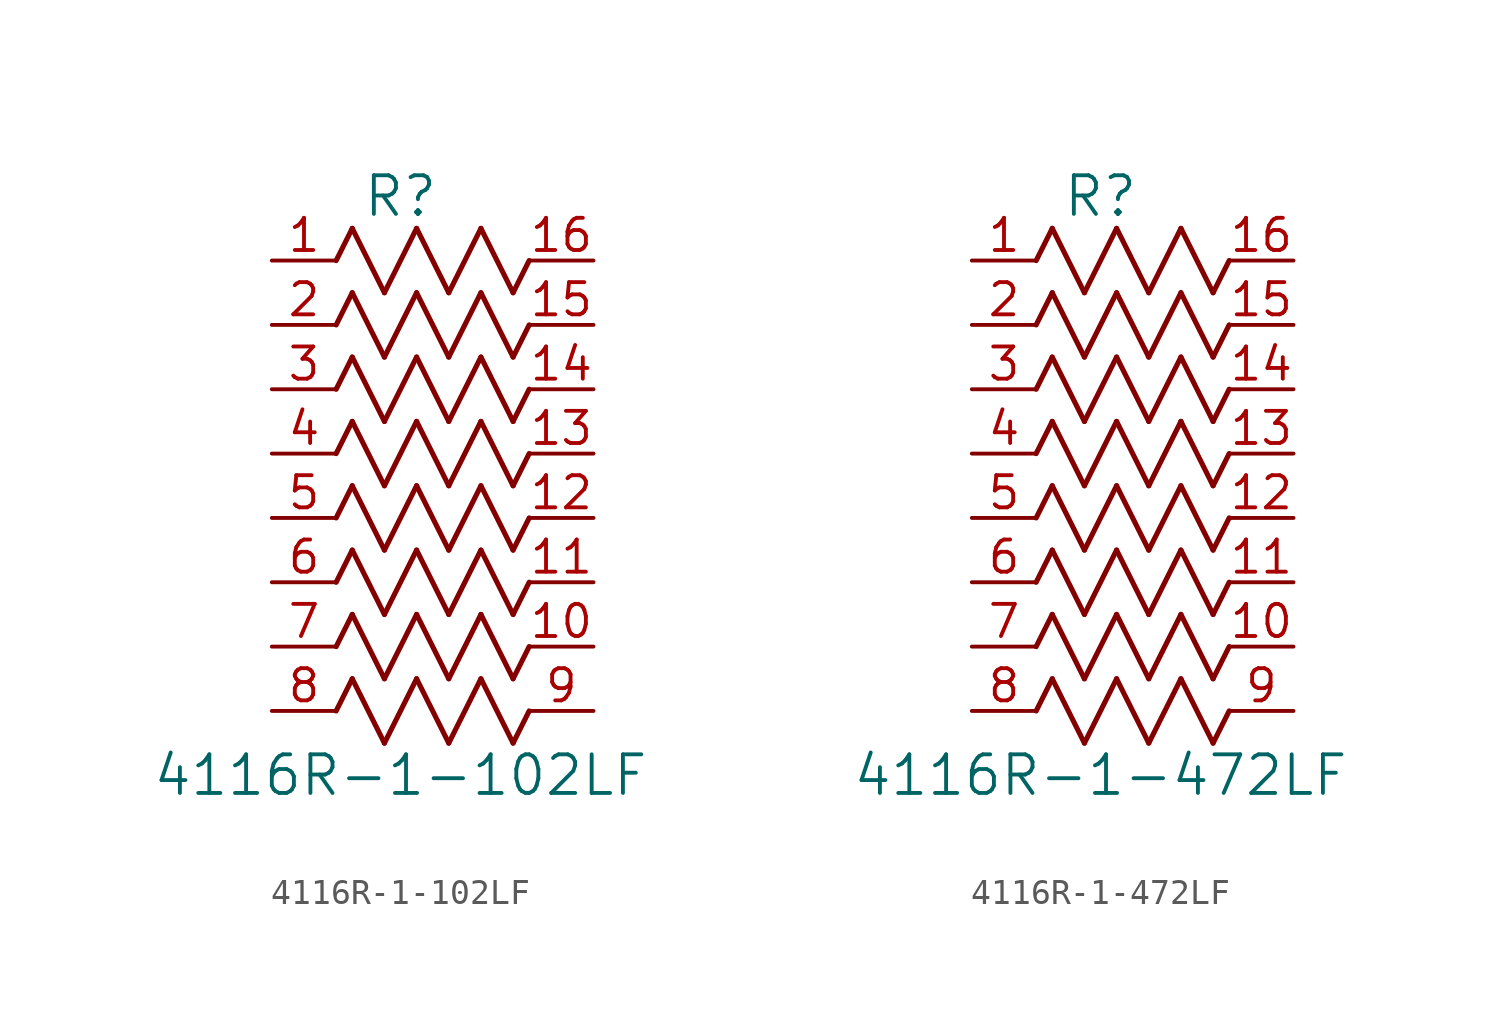
<source format=kicad_sym>
(kicad_symbol_lib
  (version 20231120)
  (generator "kicad_symbol_editor")
  (generator_version "8.0")
  (symbol "4116R-1-102LF"
    (pin_names
      (offset 0.254))
    (property "Reference" "R"
      (at 5.08 2.54 0)
      (effects (font (size 1.524 1.524))))
    (property "Value" "4116R-1-102LF"
      (at 5.08 -20.32 0)
      (effects (font (size 1.524 1.524))))
    (property "ki_locked" ""
      (at 0 0 0)
      (effects (font (size 1.27 1.27))))
    (symbol "4116R-1-102LF_0_1"
      (polyline (pts (xy 2.54 -17.78) (xy 3.175 -16.51)) (stroke (width 0.203) (type default)) (fill (type none)))
      (polyline (pts (xy 2.54 -15.24) (xy 3.175 -13.97)) (stroke (width 0.203) (type default)) (fill (type none)))
      (polyline (pts (xy 2.54 -12.7) (xy 3.175 -11.43)) (stroke (width 0.203) (type default)) (fill (type none)))
      (polyline (pts (xy 2.54 -10.16) (xy 3.175 -8.89)) (stroke (width 0.203) (type default)) (fill (type none)))
      (polyline (pts (xy 2.54 -7.62) (xy 3.175 -6.35)) (stroke (width 0.203) (type default)) (fill (type none)))
      (polyline (pts (xy 2.54 -5.08) (xy 3.175 -3.81)) (stroke (width 0.203) (type default)) (fill (type none)))
      (polyline (pts (xy 2.54 -2.54) (xy 3.175 -1.27)) (stroke (width 0.203) (type default)) (fill (type none)))
      (polyline (pts (xy 2.54 0) (xy 3.175 1.27)) (stroke (width 0.203) (type default)) (fill (type none)))
      (polyline (pts (xy 3.175 -16.51) (xy 4.445 -19.05)) (stroke (width 0.203) (type default)) (fill (type none)))
      (polyline (pts (xy 3.175 -13.97) (xy 4.445 -16.51)) (stroke (width 0.203) (type default)) (fill (type none)))
      (polyline (pts (xy 3.175 -11.43) (xy 4.445 -13.97)) (stroke (width 0.203) (type default)) (fill (type none)))
      (polyline (pts (xy 3.175 -8.89) (xy 4.445 -11.43)) (stroke (width 0.203) (type default)) (fill (type none)))
      (polyline (pts (xy 3.175 -6.35) (xy 4.445 -8.89)) (stroke (width 0.203) (type default)) (fill (type none)))
      (polyline (pts (xy 3.175 -3.81) (xy 4.445 -6.35)) (stroke (width 0.203) (type default)) (fill (type none)))
      (polyline (pts (xy 3.175 -1.27) (xy 4.445 -3.81)) (stroke (width 0.203) (type default)) (fill (type none)))
      (polyline (pts (xy 3.175 1.27) (xy 4.445 -1.27)) (stroke (width 0.203) (type default)) (fill (type none)))
      (polyline (pts (xy 4.445 -19.05) (xy 5.715 -16.51)) (stroke (width 0.203) (type default)) (fill (type none)))
      (polyline (pts (xy 4.445 -16.51) (xy 5.715 -13.97)) (stroke (width 0.203) (type default)) (fill (type none)))
      (polyline (pts (xy 4.445 -13.97) (xy 5.715 -11.43)) (stroke (width 0.203) (type default)) (fill (type none)))
      (polyline (pts (xy 4.445 -11.43) (xy 5.715 -8.89)) (stroke (width 0.203) (type default)) (fill (type none)))
      (polyline (pts (xy 4.445 -8.89) (xy 5.715 -6.35)) (stroke (width 0.203) (type default)) (fill (type none)))
      (polyline (pts (xy 4.445 -6.35) (xy 5.715 -3.81)) (stroke (width 0.203) (type default)) (fill (type none)))
      (polyline (pts (xy 4.445 -3.81) (xy 5.715 -1.27)) (stroke (width 0.203) (type default)) (fill (type none)))
      (polyline (pts (xy 4.445 -1.27) (xy 5.715 1.27)) (stroke (width 0.203) (type default)) (fill (type none)))
      (polyline (pts (xy 5.715 -16.51) (xy 6.985 -19.05)) (stroke (width 0.203) (type default)) (fill (type none)))
      (polyline (pts (xy 5.715 -13.97) (xy 6.985 -16.51)) (stroke (width 0.203) (type default)) (fill (type none)))
      (polyline (pts (xy 5.715 -11.43) (xy 6.985 -13.97)) (stroke (width 0.203) (type default)) (fill (type none)))
      (polyline (pts (xy 5.715 -8.89) (xy 6.985 -11.43)) (stroke (width 0.203) (type default)) (fill (type none)))
      (polyline (pts (xy 5.715 -6.35) (xy 6.985 -8.89)) (stroke (width 0.203) (type default)) (fill (type none)))
      (polyline (pts (xy 5.715 -3.81) (xy 6.985 -6.35)) (stroke (width 0.203) (type default)) (fill (type none)))
      (polyline (pts (xy 5.715 -1.27) (xy 6.985 -3.81)) (stroke (width 0.203) (type default)) (fill (type none)))
      (polyline (pts (xy 5.715 1.27) (xy 6.985 -1.27)) (stroke (width 0.203) (type default)) (fill (type none)))
      (polyline (pts (xy 6.985 -19.05) (xy 8.255 -16.51)) (stroke (width 0.203) (type default)) (fill (type none)))
      (polyline (pts (xy 6.985 -16.51) (xy 8.255 -13.97)) (stroke (width 0.203) (type default)) (fill (type none)))
      (polyline (pts (xy 6.985 -13.97) (xy 8.255 -11.43)) (stroke (width 0.203) (type default)) (fill (type none)))
      (polyline (pts (xy 6.985 -11.43) (xy 8.255 -8.89)) (stroke (width 0.203) (type default)) (fill (type none)))
      (polyline (pts (xy 6.985 -8.89) (xy 8.255 -6.35)) (stroke (width 0.203) (type default)) (fill (type none)))
      (polyline (pts (xy 6.985 -6.35) (xy 8.255 -3.81)) (stroke (width 0.203) (type default)) (fill (type none)))
      (polyline (pts (xy 6.985 -3.81) (xy 8.255 -1.27)) (stroke (width 0.203) (type default)) (fill (type none)))
      (polyline (pts (xy 6.985 -1.27) (xy 8.255 1.27)) (stroke (width 0.203) (type default)) (fill (type none)))
      (polyline (pts (xy 8.255 -16.51) (xy 9.525 -19.05)) (stroke (width 0.203) (type default)) (fill (type none)))
      (polyline (pts (xy 8.255 -13.97) (xy 9.525 -16.51)) (stroke (width 0.203) (type default)) (fill (type none)))
      (polyline (pts (xy 8.255 -11.43) (xy 9.525 -13.97)) (stroke (width 0.203) (type default)) (fill (type none)))
      (polyline (pts (xy 8.255 -8.89) (xy 9.525 -11.43)) (stroke (width 0.203) (type default)) (fill (type none)))
      (polyline (pts (xy 8.255 -6.35) (xy 9.525 -8.89)) (stroke (width 0.203) (type default)) (fill (type none)))
      (polyline (pts (xy 8.255 -3.81) (xy 9.525 -6.35)) (stroke (width 0.203) (type default)) (fill (type none)))
      (polyline (pts (xy 8.255 -1.27) (xy 9.525 -3.81)) (stroke (width 0.203) (type default)) (fill (type none)))
      (polyline (pts (xy 8.255 1.27) (xy 9.525 -1.27)) (stroke (width 0.203) (type default)) (fill (type none)))
      (polyline (pts (xy 9.525 -19.05) (xy 10.16 -17.78)) (stroke (width 0.203) (type default)) (fill (type none)))
      (polyline (pts (xy 9.525 -16.51) (xy 10.16 -15.24)) (stroke (width 0.203) (type default)) (fill (type none)))
      (polyline (pts (xy 9.525 -13.97) (xy 10.16 -12.7)) (stroke (width 0.203) (type default)) (fill (type none)))
      (polyline (pts (xy 9.525 -11.43) (xy 10.16 -10.16)) (stroke (width 0.203) (type default)) (fill (type none)))
      (polyline (pts (xy 9.525 -8.89) (xy 10.16 -7.62)) (stroke (width 0.203) (type default)) (fill (type none)))
      (polyline (pts (xy 9.525 -6.35) (xy 10.16 -5.08)) (stroke (width 0.203) (type default)) (fill (type none)))
      (polyline (pts (xy 9.525 -3.81) (xy 10.16 -2.54)) (stroke (width 0.203) (type default)) (fill (type none)))
      (polyline (pts (xy 9.525 -1.27) (xy 10.16 0)) (stroke (width 0.203) (type default)) (fill (type none)))
      (pin unspecified line (at 0 0 0) (length 2.54) (name "" (effects (font (size 1.27 1.27)))) (number "1" (effects (font (size 1.27 1.27)))))
      (pin unspecified line (at 12.7 -15.24 180) (length 2.54) (name "" (effects (font (size 1.27 1.27)))) (number "10" (effects (font (size 1.27 1.27)))))
      (pin unspecified line (at 12.7 -12.7 180) (length 2.54) (name "" (effects (font (size 1.27 1.27)))) (number "11" (effects (font (size 1.27 1.27)))))
      (pin unspecified line (at 12.7 -10.16 180) (length 2.54) (name "" (effects (font (size 1.27 1.27)))) (number "12" (effects (font (size 1.27 1.27)))))
      (pin unspecified line (at 12.7 -7.62 180) (length 2.54) (name "" (effects (font (size 1.27 1.27)))) (number "13" (effects (font (size 1.27 1.27)))))
      (pin unspecified line (at 12.7 -5.08 180) (length 2.54) (name "" (effects (font (size 1.27 1.27)))) (number "14" (effects (font (size 1.27 1.27)))))
      (pin unspecified line (at 12.7 -2.54 180) (length 2.54) (name "" (effects (font (size 1.27 1.27)))) (number "15" (effects (font (size 1.27 1.27)))))
      (pin unspecified line (at 12.7 0 180) (length 2.54) (name "" (effects (font (size 1.27 1.27)))) (number "16" (effects (font (size 1.27 1.27)))))
      (pin unspecified line (at 0 -2.54 0) (length 2.54) (name "" (effects (font (size 1.27 1.27)))) (number "2" (effects (font (size 1.27 1.27)))))
      (pin unspecified line (at 0 -5.08 0) (length 2.54) (name "" (effects (font (size 1.27 1.27)))) (number "3" (effects (font (size 1.27 1.27)))))
      (pin unspecified line (at 0 -7.62 0) (length 2.54) (name "" (effects (font (size 1.27 1.27)))) (number "4" (effects (font (size 1.27 1.27)))))
      (pin unspecified line (at 0 -10.16 0) (length 2.54) (name "" (effects (font (size 1.27 1.27)))) (number "5" (effects (font (size 1.27 1.27)))))
      (pin unspecified line (at 0 -12.7 0) (length 2.54) (name "" (effects (font (size 1.27 1.27)))) (number "6" (effects (font (size 1.27 1.27)))))
      (pin unspecified line (at 0 -15.24 0) (length 2.54) (name "" (effects (font (size 1.27 1.27)))) (number "7" (effects (font (size 1.27 1.27)))))
      (pin unspecified line (at 0 -17.78 0) (length 2.54) (name "" (effects (font (size 1.27 1.27)))) (number "8" (effects (font (size 1.27 1.27)))))
      (pin unspecified line (at 12.7 -17.78 180) (length 2.54) (name "" (effects (font (size 1.27 1.27)))) (number "9" (effects (font (size 1.27 1.27)))))))
  (symbol "4116R-1-472LF"
    (pin_names
      (offset 0.254))
    (property "Reference" "R"
      (at 5.08 2.54 0)
      (effects (font (size 1.524 1.524))))
    (property "Value" "4116R-1-472LF"
      (at 5.08 -20.32 0)
      (effects (font (size 1.524 1.524))))
    (property "ki_locked" ""
      (at 0 0 0)
      (effects (font (size 1.27 1.27))))
    (symbol "4116R-1-472LF_0_1"
      (polyline (pts (xy 2.54 -17.78) (xy 3.175 -16.51)) (stroke (width 0.203) (type default)) (fill (type none)))
      (polyline (pts (xy 2.54 -15.24) (xy 3.175 -13.97)) (stroke (width 0.203) (type default)) (fill (type none)))
      (polyline (pts (xy 2.54 -12.7) (xy 3.175 -11.43)) (stroke (width 0.203) (type default)) (fill (type none)))
      (polyline (pts (xy 2.54 -10.16) (xy 3.175 -8.89)) (stroke (width 0.203) (type default)) (fill (type none)))
      (polyline (pts (xy 2.54 -7.62) (xy 3.175 -6.35)) (stroke (width 0.203) (type default)) (fill (type none)))
      (polyline (pts (xy 2.54 -5.08) (xy 3.175 -3.81)) (stroke (width 0.203) (type default)) (fill (type none)))
      (polyline (pts (xy 2.54 -2.54) (xy 3.175 -1.27)) (stroke (width 0.203) (type default)) (fill (type none)))
      (polyline (pts (xy 2.54 0) (xy 3.175 1.27)) (stroke (width 0.203) (type default)) (fill (type none)))
      (polyline (pts (xy 3.175 -16.51) (xy 4.445 -19.05)) (stroke (width 0.203) (type default)) (fill (type none)))
      (polyline (pts (xy 3.175 -13.97) (xy 4.445 -16.51)) (stroke (width 0.203) (type default)) (fill (type none)))
      (polyline (pts (xy 3.175 -11.43) (xy 4.445 -13.97)) (stroke (width 0.203) (type default)) (fill (type none)))
      (polyline (pts (xy 3.175 -8.89) (xy 4.445 -11.43)) (stroke (width 0.203) (type default)) (fill (type none)))
      (polyline (pts (xy 3.175 -6.35) (xy 4.445 -8.89)) (stroke (width 0.203) (type default)) (fill (type none)))
      (polyline (pts (xy 3.175 -3.81) (xy 4.445 -6.35)) (stroke (width 0.203) (type default)) (fill (type none)))
      (polyline (pts (xy 3.175 -1.27) (xy 4.445 -3.81)) (stroke (width 0.203) (type default)) (fill (type none)))
      (polyline (pts (xy 3.175 1.27) (xy 4.445 -1.27)) (stroke (width 0.203) (type default)) (fill (type none)))
      (polyline (pts (xy 4.445 -19.05) (xy 5.715 -16.51)) (stroke (width 0.203) (type default)) (fill (type none)))
      (polyline (pts (xy 4.445 -16.51) (xy 5.715 -13.97)) (stroke (width 0.203) (type default)) (fill (type none)))
      (polyline (pts (xy 4.445 -13.97) (xy 5.715 -11.43)) (stroke (width 0.203) (type default)) (fill (type none)))
      (polyline (pts (xy 4.445 -11.43) (xy 5.715 -8.89)) (stroke (width 0.203) (type default)) (fill (type none)))
      (polyline (pts (xy 4.445 -8.89) (xy 5.715 -6.35)) (stroke (width 0.203) (type default)) (fill (type none)))
      (polyline (pts (xy 4.445 -6.35) (xy 5.715 -3.81)) (stroke (width 0.203) (type default)) (fill (type none)))
      (polyline (pts (xy 4.445 -3.81) (xy 5.715 -1.27)) (stroke (width 0.203) (type default)) (fill (type none)))
      (polyline (pts (xy 4.445 -1.27) (xy 5.715 1.27)) (stroke (width 0.203) (type default)) (fill (type none)))
      (polyline (pts (xy 5.715 -16.51) (xy 6.985 -19.05)) (stroke (width 0.203) (type default)) (fill (type none)))
      (polyline (pts (xy 5.715 -13.97) (xy 6.985 -16.51)) (stroke (width 0.203) (type default)) (fill (type none)))
      (polyline (pts (xy 5.715 -11.43) (xy 6.985 -13.97)) (stroke (width 0.203) (type default)) (fill (type none)))
      (polyline (pts (xy 5.715 -8.89) (xy 6.985 -11.43)) (stroke (width 0.203) (type default)) (fill (type none)))
      (polyline (pts (xy 5.715 -6.35) (xy 6.985 -8.89)) (stroke (width 0.203) (type default)) (fill (type none)))
      (polyline (pts (xy 5.715 -3.81) (xy 6.985 -6.35)) (stroke (width 0.203) (type default)) (fill (type none)))
      (polyline (pts (xy 5.715 -1.27) (xy 6.985 -3.81)) (stroke (width 0.203) (type default)) (fill (type none)))
      (polyline (pts (xy 5.715 1.27) (xy 6.985 -1.27)) (stroke (width 0.203) (type default)) (fill (type none)))
      (polyline (pts (xy 6.985 -19.05) (xy 8.255 -16.51)) (stroke (width 0.203) (type default)) (fill (type none)))
      (polyline (pts (xy 6.985 -16.51) (xy 8.255 -13.97)) (stroke (width 0.203) (type default)) (fill (type none)))
      (polyline (pts (xy 6.985 -13.97) (xy 8.255 -11.43)) (stroke (width 0.203) (type default)) (fill (type none)))
      (polyline (pts (xy 6.985 -11.43) (xy 8.255 -8.89)) (stroke (width 0.203) (type default)) (fill (type none)))
      (polyline (pts (xy 6.985 -8.89) (xy 8.255 -6.35)) (stroke (width 0.203) (type default)) (fill (type none)))
      (polyline (pts (xy 6.985 -6.35) (xy 8.255 -3.81)) (stroke (width 0.203) (type default)) (fill (type none)))
      (polyline (pts (xy 6.985 -3.81) (xy 8.255 -1.27)) (stroke (width 0.203) (type default)) (fill (type none)))
      (polyline (pts (xy 6.985 -1.27) (xy 8.255 1.27)) (stroke (width 0.203) (type default)) (fill (type none)))
      (polyline (pts (xy 8.255 -16.51) (xy 9.525 -19.05)) (stroke (width 0.203) (type default)) (fill (type none)))
      (polyline (pts (xy 8.255 -13.97) (xy 9.525 -16.51)) (stroke (width 0.203) (type default)) (fill (type none)))
      (polyline (pts (xy 8.255 -11.43) (xy 9.525 -13.97)) (stroke (width 0.203) (type default)) (fill (type none)))
      (polyline (pts (xy 8.255 -8.89) (xy 9.525 -11.43)) (stroke (width 0.203) (type default)) (fill (type none)))
      (polyline (pts (xy 8.255 -6.35) (xy 9.525 -8.89)) (stroke (width 0.203) (type default)) (fill (type none)))
      (polyline (pts (xy 8.255 -3.81) (xy 9.525 -6.35)) (stroke (width 0.203) (type default)) (fill (type none)))
      (polyline (pts (xy 8.255 -1.27) (xy 9.525 -3.81)) (stroke (width 0.203) (type default)) (fill (type none)))
      (polyline (pts (xy 8.255 1.27) (xy 9.525 -1.27)) (stroke (width 0.203) (type default)) (fill (type none)))
      (polyline (pts (xy 9.525 -19.05) (xy 10.16 -17.78)) (stroke (width 0.203) (type default)) (fill (type none)))
      (polyline (pts (xy 9.525 -16.51) (xy 10.16 -15.24)) (stroke (width 0.203) (type default)) (fill (type none)))
      (polyline (pts (xy 9.525 -13.97) (xy 10.16 -12.7)) (stroke (width 0.203) (type default)) (fill (type none)))
      (polyline (pts (xy 9.525 -11.43) (xy 10.16 -10.16)) (stroke (width 0.203) (type default)) (fill (type none)))
      (polyline (pts (xy 9.525 -8.89) (xy 10.16 -7.62)) (stroke (width 0.203) (type default)) (fill (type none)))
      (polyline (pts (xy 9.525 -6.35) (xy 10.16 -5.08)) (stroke (width 0.203) (type default)) (fill (type none)))
      (polyline (pts (xy 9.525 -3.81) (xy 10.16 -2.54)) (stroke (width 0.203) (type default)) (fill (type none)))
      (polyline (pts (xy 9.525 -1.27) (xy 10.16 0)) (stroke (width 0.203) (type default)) (fill (type none)))
      (pin unspecified line (at 0 0 0) (length 2.54) (name "" (effects (font (size 1.27 1.27)))) (number "1" (effects (font (size 1.27 1.27)))))
      (pin unspecified line (at 12.7 -15.24 180) (length 2.54) (name "" (effects (font (size 1.27 1.27)))) (number "10" (effects (font (size 1.27 1.27)))))
      (pin unspecified line (at 12.7 -12.7 180) (length 2.54) (name "" (effects (font (size 1.27 1.27)))) (number "11" (effects (font (size 1.27 1.27)))))
      (pin unspecified line (at 12.7 -10.16 180) (length 2.54) (name "" (effects (font (size 1.27 1.27)))) (number "12" (effects (font (size 1.27 1.27)))))
      (pin unspecified line (at 12.7 -7.62 180) (length 2.54) (name "" (effects (font (size 1.27 1.27)))) (number "13" (effects (font (size 1.27 1.27)))))
      (pin unspecified line (at 12.7 -5.08 180) (length 2.54) (name "" (effects (font (size 1.27 1.27)))) (number "14" (effects (font (size 1.27 1.27)))))
      (pin unspecified line (at 12.7 -2.54 180) (length 2.54) (name "" (effects (font (size 1.27 1.27)))) (number "15" (effects (font (size 1.27 1.27)))))
      (pin unspecified line (at 12.7 0 180) (length 2.54) (name "" (effects (font (size 1.27 1.27)))) (number "16" (effects (font (size 1.27 1.27)))))
      (pin unspecified line (at 0 -2.54 0) (length 2.54) (name "" (effects (font (size 1.27 1.27)))) (number "2" (effects (font (size 1.27 1.27)))))
      (pin unspecified line (at 0 -5.08 0) (length 2.54) (name "" (effects (font (size 1.27 1.27)))) (number "3" (effects (font (size 1.27 1.27)))))
      (pin unspecified line (at 0 -7.62 0) (length 2.54) (name "" (effects (font (size 1.27 1.27)))) (number "4" (effects (font (size 1.27 1.27)))))
      (pin unspecified line (at 0 -10.16 0) (length 2.54) (name "" (effects (font (size 1.27 1.27)))) (number "5" (effects (font (size 1.27 1.27)))))
      (pin unspecified line (at 0 -12.7 0) (length 2.54) (name "" (effects (font (size 1.27 1.27)))) (number "6" (effects (font (size 1.27 1.27)))))
      (pin unspecified line (at 0 -15.24 0) (length 2.54) (name "" (effects (font (size 1.27 1.27)))) (number "7" (effects (font (size 1.27 1.27)))))
      (pin unspecified line (at 0 -17.78 0) (length 2.54) (name "" (effects (font (size 1.27 1.27)))) (number "8" (effects (font (size 1.27 1.27)))))
      (pin unspecified line (at 12.7 -17.78 180) (length 2.54) (name "" (effects (font (size 1.27 1.27)))) (number "9" (effects (font (size 1.27 1.27))))))))
</source>
